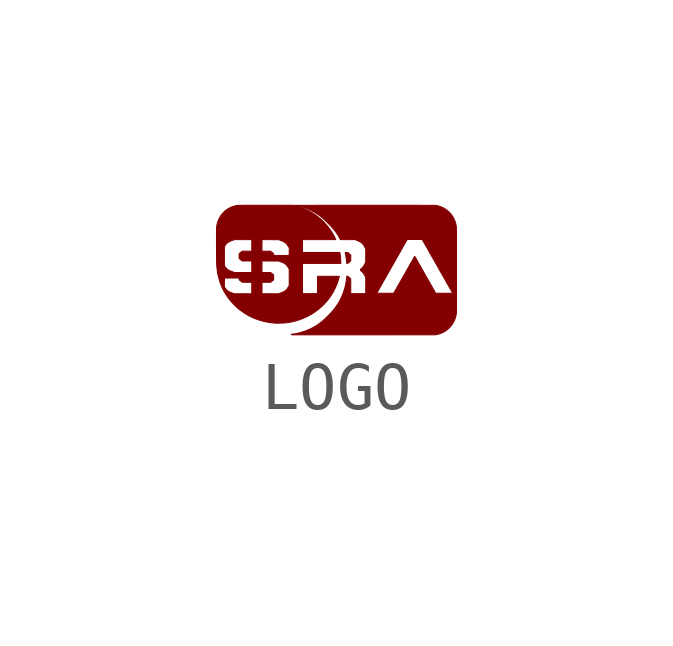
<source format=kicad_sym>
(kicad_symbol_lib
  (version 20210619)
  (generator bitmap2component)
  (symbol "LOGO"
    (pin_names
      (offset 1.016))
    (property "Reference" "#G"
      (at 0 1.166 0)
      (effects (font (size 1.27 1.27)) hide))
    (symbol "LOGO_0_0"
      (polyline (pts (xy -0.027 -1.356) (xy 0.15 -1.356) (xy 0.246 -1.356) (xy 0.348 -1.356) (xy 0.455 -1.356) (xy 0.569 -1.356) (xy 2.07 -1.355) (xy 2.099 -1.348) (xy 2.14 -1.338) (xy 2.19 -1.32) (xy 2.236 -1.298) (xy 2.28 -1.271) (xy 2.322 -1.239) (xy 2.33 -1.232) (xy 2.368 -1.195) (xy 2.401 -1.155) (xy 2.43 -1.112) (xy 2.439 -1.096) (xy 2.46 -1.054) (xy 2.477 -1.011) (xy 2.489 -0.967) (xy 2.498 -0.92) (xy 2.498 -0.919) (xy 2.498 -0.915) (xy 2.499 -0.91) (xy 2.499 -0.906) (xy 2.5 -0.9) (xy 2.5 -0.894) (xy 2.501 -0.886) (xy 2.501 -0.877) (xy 2.501 -0.867) (xy 2.502 -0.855) (xy 2.502 -0.84) (xy 2.502 -0.824) (xy 2.502 -0.805) (xy 2.502 -0.784) (xy 2.502 -0.76) (xy 2.503 -0.733) (xy 2.503 -0.702) (xy 2.503 -0.668) (xy 2.503 -0.63) (xy 2.503 -0.589) (xy 2.503 -0.543) (xy 2.503 -0.494) (xy 2.503 -0.38) (xy 2.503 -0.316) (xy 2.503 0.432) (xy 2.503 0.486) (xy 2.503 0.536) (xy 2.503 0.581) (xy 2.503 0.622) (xy 2.503 0.659) (xy 2.503 0.692) (xy 2.503 0.722) (xy 2.503 0.749) (xy 2.502 0.773) (xy 2.502 0.794) (xy 2.502 0.812) (xy 2.502 0.828) (xy 2.502 0.842) (xy 2.501 0.854) (xy 2.501 0.864) (xy 2.501 0.873) (xy 2.5 0.88) (xy 2.5 0.887) (xy 2.499 0.892) (xy 2.499 0.897) (xy 2.498 0.901) (xy 2.498 0.905) (xy 2.497 0.909) (xy 2.495 0.923) (xy 2.483 0.976) (xy 2.467 1.025) (xy 2.445 1.072) (xy 2.418 1.117) (xy 2.386 1.162) (xy 2.372 1.178) (xy 2.341 1.209) (xy 2.306 1.239) (xy 2.267 1.266) (xy 2.227 1.29) (xy 2.205 1.301) (xy 2.169 1.315) (xy 2.132 1.327) (xy 2.094 1.336) (xy 2.058 1.342) (xy 2.055 1.342) (xy 2.045 1.342) (xy 2.03 1.342) (xy 2.01 1.342) (xy 1.984 1.343) (xy 1.954 1.343) (xy 1.919 1.343) (xy 1.88 1.343) (xy 1.837 1.343) (xy 1.79 1.343) (xy 1.739 1.343) (xy 1.684 1.344) (xy 1.626 1.344) (xy 1.566 1.344) (xy 1.502 1.344) (xy 1.436 1.344) (xy 1.367 1.344) (xy 1.296 1.344) (xy 1.223 1.344) (xy 1.149 1.344) (xy 1.073 1.344) (xy 0.917 1.344) (xy 0.838 1.344) (xy 0.517 1.344) (xy 0.436 1.344) (xy 0.278 1.344) (xy 0.2 1.344) (xy 0.123 1.344) (xy 0.047 1.344) (xy -0.027 1.344) (xy -0.099 1.344) (xy -0.169 1.344) (xy -0.237 1.344) (xy -0.302 1.344) (xy -0.365 1.344) (xy -0.425 1.343) (xy -0.482 1.343) (xy -0.535 1.343) (xy -0.585 1.343) (xy -0.631 1.343) (xy -0.673 1.343) (xy -0.711 1.343) (xy -0.744 1.343) (xy -0.772 1.342) (xy -0.796 1.342) (xy -0.815 1.342) (xy -0.828 1.342) (xy -0.836 1.342) (xy -0.838 1.341) (xy -0.772 1.326) (xy -0.689 1.302) (xy -0.609 1.273) (xy -0.532 1.238) (xy -0.457 1.198) (xy -0.386 1.153) (xy -0.369 1.141) (xy -0.346 1.125) (xy -0.325 1.109) (xy -0.304 1.092) (xy -0.282 1.073) (xy -0.259 1.052) (xy -0.234 1.029) (xy -0.206 1.002) (xy -0.175 0.971) (xy -0.165 0.961) (xy -0.127 0.922) (xy -0.094 0.886) (xy -0.064 0.853) (xy -0.037 0.82) (xy -0.012 0.788) (xy 0.01 0.756) (xy 0.032 0.723) (xy 0.052 0.689) (xy 0.072 0.652) (xy 0.086 0.627) (xy 0.393 0.627) (xy 0.449 0.603) (xy 0.452 0.601) (xy 0.471 0.593) (xy 0.485 0.586) (xy 0.497 0.58) (xy 0.506 0.575) (xy 0.514 0.569) (xy 0.522 0.563) (xy 0.531 0.554) (xy 0.539 0.547) (xy 0.547 0.54) (xy 0.554 0.532) (xy 0.56 0.524) (xy 0.567 0.514) (xy 0.575 0.5) (xy 0.585 0.483) (xy 0.612 0.435) (xy 0.612 0.156) (xy 0.585 0.108) (xy 0.578 0.095) (xy 0.569 0.081) (xy 0.562 0.069) (xy 0.555 0.06) (xy 0.548 0.052) (xy 0.54 0.044) (xy 0.529 0.034) (xy 0.526 0.031) (xy 0.515 0.021) (xy 0.508 0.013) (xy 0.504 0.008) (xy 0.502 0.003) (xy 0.501 -0.001) (xy 0.501 -0.002) (xy 0.501 -0.005) (xy 0.503 -0.009) (xy 0.505 -0.014) (xy 0.51 -0.019) (xy 0.518 -0.026) (xy 0.529 -0.036) (xy 0.543 -0.05) (xy 0.545 -0.051) (xy 0.551 -0.057) (xy 0.557 -0.064) (xy 0.563 -0.072) (xy 0.57 -0.084) (xy 0.579 -0.099) (xy 0.58 -0.101) (xy 0.585 -0.111) (xy 0.599 -0.135) (xy 0.612 -0.158) (xy 0.612 -0.485) (xy 0.845 -0.485) (xy 0.845 -0.484) (xy 0.846 -0.481) (xy 0.851 -0.473) (xy 0.858 -0.461) (xy 0.866 -0.445) (xy 0.877 -0.426) (xy 0.889 -0.405) (xy 0.902 -0.381) (xy 0.917 -0.356) (xy 0.929 -0.333) (xy 0.943 -0.309) (xy 0.956 -0.286) (xy 0.968 -0.266) (xy 0.978 -0.248) (xy 0.986 -0.234) (xy 0.991 -0.225) (xy 0.994 -0.219) (xy 0.996 -0.216) (xy 1.002 -0.206) (xy 1.009 -0.193) (xy 1.017 -0.18) (xy 1.019 -0.176) (xy 1.027 -0.161) (xy 1.036 -0.146) (xy 1.043 -0.134) (xy 1.043 -0.133) (xy 1.046 -0.129) (xy 1.049 -0.123) (xy 1.052 -0.117) (xy 1.057 -0.109) (xy 1.062 -0.099) (xy 1.069 -0.087) (xy 1.077 -0.073) (xy 1.087 -0.056) (xy 1.098 -0.035) (xy 1.112 -0.012) (xy 1.128 0.016) (xy 1.146 0.048) (xy 1.167 0.085) (xy 1.19 0.126) (xy 1.196 0.137) (xy 1.208 0.158) (xy 1.22 0.178) (xy 1.23 0.196) (xy 1.238 0.211) (xy 1.245 0.223) (xy 1.249 0.23) (xy 1.253 0.238) (xy 1.261 0.252) (xy 1.268 0.264) (xy 1.268 0.265) (xy 1.272 0.271) (xy 1.278 0.281) (xy 1.286 0.295) (xy 1.296 0.313) (xy 1.308 0.334) (xy 1.321 0.356) (xy 1.335 0.381) (xy 1.349 0.406) (xy 1.364 0.432) (xy 1.378 0.458) (xy 1.393 0.483) (xy 1.406 0.507) (xy 1.418 0.528) (xy 1.429 0.548) (xy 1.438 0.564) (xy 1.446 0.577) (xy 1.45 0.585) (xy 1.452 0.587) (xy 1.46 0.602) (xy 1.466 0.613) (xy 1.47 0.62) (xy 1.474 0.624) (xy 1.476 0.627) (xy 1.476 0.627) (xy 1.479 0.627) (xy 1.484 0.628) (xy 1.493 0.629) (xy 1.505 0.629) (xy 1.522 0.63) (xy 1.542 0.63) (xy 1.568 0.63) (xy 1.598 0.63) (xy 1.788 0.63) (xy 1.849 0.523) (xy 1.871 0.484) (xy 1.894 0.445) (xy 1.914 0.41) (xy 1.931 0.38) (xy 1.945 0.354) (xy 1.957 0.332) (xy 1.967 0.315) (xy 1.975 0.301) (xy 1.98 0.291) (xy 1.981 0.29) (xy 1.986 0.28) (xy 1.991 0.273) (xy 1.993 0.269) (xy 1.994 0.267) (xy 1.998 0.261) (xy 2.004 0.25) (xy 2.013 0.235) (xy 2.023 0.216) (xy 2.035 0.195) (xy 2.049 0.172) (xy 2.063 0.146) (xy 2.079 0.118) (xy 2.087 0.103) (xy 2.103 0.075) (xy 2.118 0.049) (xy 2.132 0.024) (xy 2.145 0.001) (xy 2.156 -0.018) (xy 2.172 -0.046) (xy 2.176 -0.053) (xy 2.18 -0.06) (xy 2.186 -0.07) (xy 2.19 -0.076) (xy 2.191 -0.079) (xy 2.191 -0.08) (xy 2.194 -0.085) (xy 2.199 -0.094) (xy 2.206 -0.107) (xy 2.216 -0.123) (xy 2.226 -0.142) (xy 2.239 -0.164) (xy 2.252 -0.187) (xy 2.265 -0.211) (xy 2.296 -0.265) (xy 2.311 -0.291) (xy 2.324 -0.314) (xy 2.336 -0.335) (xy 2.345 -0.351) (xy 2.349 -0.359) (xy 2.359 -0.376) (xy 2.367 -0.39) (xy 2.374 -0.402) (xy 2.378 -0.409) (xy 2.38 -0.413) (xy 2.381 -0.413) (xy 2.384 -0.418) (xy 2.388 -0.426) (xy 2.394 -0.437) (xy 2.401 -0.449) (xy 2.408 -0.463) (xy 2.414 -0.474) (xy 2.423 -0.489) (xy 2.07 -0.489) (xy 2.058 -0.469) (xy 2.052 -0.457) (xy 2.045 -0.445) (xy 2.039 -0.435) (xy 2.039 -0.434) (xy 2.035 -0.427) (xy 2.029 -0.416) (xy 2.02 -0.401) (xy 2.009 -0.383) (xy 1.997 -0.361) (xy 1.984 -0.337) (xy 1.969 -0.312) (xy 1.954 -0.285) (xy 1.944 -0.268) (xy 1.927 -0.237) (xy 1.907 -0.202) (xy 1.885 -0.164) (xy 1.863 -0.125) (xy 1.841 -0.086) (xy 1.819 -0.047) (xy 1.798 -0.009) (xy 1.778 0.025) (xy 1.773 0.034) (xy 1.756 0.065) (xy 1.739 0.095) (xy 1.722 0.123) (xy 1.707 0.15) (xy 1.693 0.174) (xy 1.681 0.196) (xy 1.671 0.213) (xy 1.664 0.227) (xy 1.659 0.236) (xy 1.657 0.24) (xy 1.649 0.253) (xy 1.642 0.264) (xy 1.637 0.272) (xy 1.635 0.276) (xy 1.634 0.277) (xy 1.631 0.276) (xy 1.627 0.272) (xy 1.621 0.264) (xy 1.62 0.26) (xy 1.614 0.251) (xy 1.609 0.242) (xy 1.604 0.233) (xy 1.599 0.224) (xy 1.593 0.212) (xy 1.585 0.198) (xy 1.575 0.181) (xy 1.562 0.159) (xy 1.553 0.143) (xy 1.539 0.118) (xy 1.522 0.088) (xy 1.503 0.055) (xy 1.482 0.018) (xy 1.46 -0.022) (xy 1.436 -0.065) (xy 1.41 -0.109) (xy 1.384 -0.155) (xy 1.358 -0.202) (xy 1.331 -0.249) (xy 1.304 -0.297) (xy 1.277 -0.344) (xy 1.194 -0.489) (xy 0.943 -0.489) (xy 0.918 -0.489) (xy 0.897 -0.489) (xy 0.881 -0.489) (xy 0.868 -0.488) (xy 0.859 -0.488) (xy 0.852 -0.488) (xy 0.848 -0.487) (xy 0.846 -0.486) (xy 0.845 -0.485) (xy 0.612 -0.485) (xy 0.612 -0.498) (xy 0.3 -0.498) (xy 0.3 -0.189) (xy 0.27 -0.162) (xy 0.263 -0.156) (xy 0.252 -0.147) (xy 0.244 -0.141) (xy 0.238 -0.137) (xy 0.233 -0.136) (xy 0.228 -0.135) (xy 0.217 -0.135) (xy 0.215 -0.152) (xy 0.213 -0.171) (xy 0.208 -0.209) (xy 0.204 -0.243) (xy 0.199 -0.274) (xy 0.194 -0.302) (xy 0.188 -0.33) (xy 0.181 -0.358) (xy 0.173 -0.387) (xy 0.167 -0.409) (xy 0.141 -0.489) (xy 0.109 -0.566) (xy 0.072 -0.641) (xy 0.03 -0.713) (xy -0.018 -0.783) (xy -0.071 -0.851) (xy -0.075 -0.856) (xy -0.088 -0.87) (xy -0.104 -0.887) (xy -0.123 -0.907) (xy -0.143 -0.928) (xy -0.165 -0.95) (xy -0.186 -0.972) (xy -0.208 -0.994) (xy -0.228 -1.013) (xy -0.246 -1.03) (xy -0.261 -1.044) (xy -0.274 -1.056) (xy -0.321 -1.094) (xy -0.372 -1.132) (xy -0.424 -1.167) (xy -0.476 -1.198) (xy -0.507 -1.215) (xy -0.564 -1.242) (xy -0.623 -1.267) (xy -0.685 -1.289) (xy -0.747 -1.308) (xy -0.808 -1.324) (xy -0.868 -1.336) (xy -0.925 -1.343) (xy -0.927 -1.344) (xy -0.936 -1.345) (xy -0.94 -1.346) (xy -0.94 -1.348) (xy -0.938 -1.351) (xy -0.938 -1.351) (xy -0.937 -1.351) (xy -0.936 -1.352) (xy -0.935 -1.352) (xy -0.934 -1.353) (xy -0.931 -1.353) (xy -0.928 -1.353) (xy -0.924 -1.354) (xy -0.918 -1.354) (xy -0.911 -1.354) (xy -0.903 -1.355) (xy -0.893 -1.355) (xy -0.881 -1.355) (xy -0.867 -1.355) (xy -0.852 -1.355) (xy -0.833 -1.355) (xy -0.813 -1.356) (xy -0.79 -1.356) (xy -0.764 -1.356) (xy -0.735 -1.356) (xy -0.703 -1.356) (xy -0.668 -1.356) (xy -0.63 -1.356) (xy -0.588 -1.356) (xy -0.542 -1.356) (xy -0.493 -1.356) (xy -0.107 -1.356) (xy -0.027 -1.356)) (stroke (width 0.01)) (fill (type outline)))
      (polyline (pts (xy -1.208 -1.112) (xy -1.185 -1.112) (xy -1.16 -1.111) (xy -1.136 -1.111) (xy -1.113 -1.11) (xy -1.091 -1.109) (xy -1.074 -1.107) (xy -1.06 -1.106) (xy -1.032 -1.103) (xy -0.943 -1.089) (xy -0.857 -1.069) (xy -0.772 -1.043) (xy -0.69 -1.012) (xy -0.609 -0.975) (xy -0.596 -0.969) (xy -0.519 -0.926) (xy -0.446 -0.879) (xy -0.377 -0.828) (xy -0.311 -0.772) (xy -0.25 -0.712) (xy -0.192 -0.647) (xy -0.162 -0.61) (xy -0.115 -0.544) (xy -0.071 -0.474) (xy -0.033 -0.402) (xy 0.001 -0.327) (xy 0.03 -0.252) (xy 0.052 -0.176) (xy 0.055 -0.167) (xy 0.058 -0.155) (xy 0.06 -0.145) (xy 0.062 -0.14) (xy 0.062 -0.14) (xy 0.062 -0.139) (xy 0.061 -0.138) (xy 0.059 -0.138) (xy 0.054 -0.137) (xy 0.049 -0.137) (xy 0.04 -0.136) (xy 0.029 -0.136) (xy 0.014 -0.136) (xy -0.004 -0.136) (xy -0.027 -0.136) (xy -0.053 -0.136) (xy -0.085 -0.136) (xy -0.122 -0.136) (xy -0.164 -0.136) (xy -0.392 -0.137) (xy -0.393 -0.318) (xy -0.393 -0.498) (xy -0.705 -0.498) (xy -0.705 0.132) (xy 0.093 0.132) (xy 0.093 0.16) (xy 0.093 0.169) (xy 0.092 0.193) (xy 0.09 0.22) (xy 0.087 0.25) (xy 0.084 0.279) (xy 0.081 0.307) (xy 0.077 0.333) (xy 0.073 0.353) (xy 0.072 0.36) (xy -0.705 0.36) (xy -0.705 0.627) (xy -0.292 0.627) (xy -0.25 0.627) (xy -0.21 0.627) (xy -0.172 0.628) (xy -0.138 0.628) (xy -0.107 0.628) (xy -0.079 0.628) (xy -0.056 0.628) (xy -0.037 0.628) (xy -0.024 0.629) (xy -0.015 0.629) (xy -0.012 0.629) (xy -0.013 0.632) (xy -0.017 0.64) (xy -0.022 0.651) (xy -0.029 0.665) (xy -0.037 0.681) (xy -0.045 0.697) (xy -0.054 0.713) (xy -0.062 0.728) (xy -0.069 0.741) (xy -0.074 0.75) (xy -0.098 0.789) (xy -0.147 0.86) (xy -0.2 0.926) (xy -0.257 0.99) (xy -0.319 1.049) (xy -0.385 1.104) (xy -0.453 1.155) (xy -0.525 1.201) (xy -0.6 1.241) (xy -0.602 1.242) (xy -0.638 1.26) (xy -0.672 1.275) (xy -0.705 1.289) (xy -0.74 1.302) (xy -0.777 1.315) (xy -0.818 1.329) (xy -0.863 1.343) (xy -1.441 1.344) (xy -1.464 1.344) (xy -1.537 1.344) (xy -1.73 1.344) (xy -1.785 1.344) (xy -1.836 1.344) (xy -1.881 1.344) (xy -1.921 1.344) (xy -1.956 1.343) (xy -1.986 1.343) (xy -2.01 1.343) (xy -2.029 1.343) (xy -2.042 1.342) (xy -2.049 1.342) (xy -2.062 1.34) (xy -2.109 1.331) (xy -2.157 1.317) (xy -2.203 1.299) (xy -2.247 1.276) (xy -2.287 1.25) (xy -2.324 1.22) (xy -2.363 1.181) (xy -2.398 1.139) (xy -2.428 1.094) (xy -2.452 1.046) (xy -2.472 0.995) (xy -2.486 0.943) (xy -2.494 0.888) (xy -2.494 0.887) (xy -2.495 0.879) (xy -2.496 0.866) (xy -2.496 0.85) (xy -2.496 0.83) (xy -2.497 0.805) (xy -2.497 0.775) (xy -2.497 0.741) (xy -2.497 0.702) (xy -2.497 0.627) (xy -1.549 0.627) (xy -1.374 0.627) (xy -1.199 0.626) (xy -1.166 0.613) (xy -1.155 0.608) (xy -1.139 0.602) (xy -1.123 0.596) (xy -1.111 0.591) (xy -1.109 0.59) (xy -1.098 0.584) (xy -1.084 0.576) (xy -1.07 0.566) (xy -1.056 0.556) (xy -1.044 0.546) (xy -1.034 0.537) (xy -1.029 0.53) (xy -1.029 0.53) (xy -1.026 0.524) (xy -1.02 0.515) (xy -1.012 0.503) (xy -1.004 0.49) (xy -0.981 0.457) (xy -0.982 0.378) (xy -0.983 0.299) (xy -1.142 0.298) (xy -1.156 0.298) (xy -1.186 0.298) (xy -1.214 0.298) (xy -1.238 0.298) (xy -1.26 0.298) (xy -1.278 0.298) (xy -1.292 0.298) (xy -1.3 0.299) (xy -1.304 0.299) (xy -1.304 0.301) (xy -1.305 0.309) (xy -1.306 0.318) (xy -1.306 0.321) (xy -1.306 0.327) (xy -1.307 0.333) (xy -1.31 0.338) (xy -1.314 0.343) (xy -1.322 0.35) (xy -1.333 0.358) (xy -1.348 0.37) (xy -1.371 0.387) (xy -1.549 0.387) (xy -1.549 0.627) (xy -2.497 0.627) (xy -2.497 0.609) (xy -2.497 0.553) (xy -2.497 0.492) (xy -2.497 0.481) (xy -2.332 0.481) (xy -2.321 0.498) (xy -2.319 0.501) (xy -2.309 0.517) (xy -2.3 0.529) (xy -2.292 0.539) (xy -2.284 0.547) (xy -2.275 0.555) (xy -2.264 0.564) (xy -2.258 0.568) (xy -2.249 0.575) (xy -2.24 0.58) (xy -2.229 0.586) (xy -2.217 0.591) (xy -2.201 0.598) (xy -2.181 0.606) (xy -2.124 0.627) (xy -1.762 0.627) (xy -1.762 0.387) (xy -1.959 0.387) (xy -1.987 0.366) (xy -1.998 0.358) (xy -2.009 0.349) (xy -2.017 0.342) (xy -2.022 0.336) (xy -2.025 0.328) (xy -2.026 0.318) (xy -2.026 0.305) (xy -2.026 0.278) (xy -2.026 0.263) (xy -2.026 0.25) (xy -2.025 0.24) (xy -2.024 0.236) (xy -2.024 0.235) (xy -2.021 0.232) (xy -2.013 0.225) (xy -2.003 0.216) (xy -1.991 0.207) (xy -1.96 0.183) (xy -1.549 0.183) (xy -1.374 0.182) (xy -1.199 0.182) (xy -1.18 0.174) (xy -1.169 0.169) (xy -1.153 0.163) (xy -1.139 0.158) (xy -1.138 0.157) (xy -1.12 0.15) (xy -1.105 0.144) (xy -1.094 0.139) (xy -1.084 0.133) (xy -1.074 0.126) (xy -1.063 0.118) (xy -1.055 0.111) (xy -1.048 0.105) (xy -1.042 0.1) (xy -1.036 0.095) (xy -1.031 0.088) (xy -1.024 0.078) (xy -1.016 0.066) (xy -1.005 0.05) (xy -0.982 0.013) (xy -0.982 -0.159) (xy -0.982 -0.33) (xy -1.01 -0.373) (xy -1.01 -0.374) (xy -1.021 -0.39) (xy -1.03 -0.403) (xy -1.037 -0.412) (xy -1.044 -0.42) (xy -1.052 -0.427) (xy -1.062 -0.435) (xy -1.069 -0.44) (xy -1.079 -0.447) (xy -1.089 -0.454) (xy -1.1 -0.459) (xy -1.114 -0.465) (xy -1.13 -0.472) (xy -1.151 -0.48) (xy -1.163 -0.485) (xy -1.176 -0.49) (xy -1.187 -0.494) (xy -1.194 -0.497) (xy -1.196 -0.498) (xy -1.2 -0.498) (xy -1.206 -0.499) (xy -1.214 -0.5) (xy -1.225 -0.5) (xy -1.24 -0.501) (xy -1.258 -0.501) (xy -1.28 -0.501) (xy -1.307 -0.501) (xy -1.339 -0.501) (xy -1.549 -0.501) (xy -1.549 -0.261) (xy -1.371 -0.261) (xy -1.338 -0.236) (xy -1.306 -0.212) (xy -1.306 -0.105) (xy -1.315 -0.099) (xy -1.318 -0.097) (xy -1.326 -0.091) (xy -1.336 -0.083) (xy -1.347 -0.074) (xy -1.37 -0.057) (xy -1.549 -0.057) (xy -1.549 0.183) (xy -1.96 0.183) (xy -1.96 0.183) (xy -1.762 0.183) (xy -1.762 -0.057) (xy -1.944 -0.057) (xy -2.127 -0.057) (xy -2.161 -0.043) (xy -2.174 -0.038) (xy -2.189 -0.032) (xy -2.202 -0.028) (xy -2.211 -0.024) (xy -2.238 -0.012) (xy -2.265 0.006) (xy -2.29 0.029) (xy -2.312 0.058) (xy -2.332 0.088) (xy -2.332 0.481) (xy -2.497 0.481) (xy -2.497 0.477) (xy -2.496 0.423) (xy -2.496 0.374) (xy -2.496 0.33) (xy -2.496 0.29) (xy -2.495 0.255) (xy -2.495 0.224) (xy -2.495 0.197) (xy -2.494 0.172) (xy -2.494 0.15) (xy -2.493 0.13) (xy -2.493 0.112) (xy -2.492 0.096) (xy -2.491 0.081) (xy -2.49 0.066) (xy -2.488 0.051) (xy -2.487 0.036) (xy -2.485 0.021) (xy -2.483 0.005) (xy -2.481 -0.013) (xy -2.48 -0.023) (xy -2.477 -0.044) (xy -2.473 -0.066) (xy -2.47 -0.087) (xy -2.466 -0.105) (xy -2.463 -0.119) (xy -2.46 -0.129) (xy -2.458 -0.133) (xy -2.456 -0.143) (xy -2.453 -0.156) (xy -2.449 -0.17) (xy -2.441 -0.203) (xy -2.428 -0.247) (xy -2.412 -0.292) (xy -2.393 -0.339) (xy -2.386 -0.354) (xy -2.332 -0.354) (xy -2.331 -0.173) (xy -2.178 -0.172) (xy -2.026 -0.171) (xy -2.026 -0.189) (xy -2.026 -0.196) (xy -2.024 -0.205) (xy -2.022 -0.211) (xy -2.022 -0.211) (xy -2.018 -0.215) (xy -2.011 -0.221) (xy -2.001 -0.229) (xy -1.989 -0.238) (xy -1.959 -0.261) (xy -1.762 -0.261) (xy -1.762 -0.501) (xy -1.944 -0.501) (xy -2.127 -0.501) (xy -2.164 -0.486) (xy -2.165 -0.486) (xy -2.181 -0.479) (xy -2.196 -0.474) (xy -2.209 -0.469) (xy -2.218 -0.465) (xy -2.223 -0.463) (xy -2.231 -0.46) (xy -2.239 -0.456) (xy -2.248 -0.45) (xy -2.259 -0.442) (xy -2.274 -0.431) (xy -2.281 -0.424) (xy -2.291 -0.415) (xy -2.301 -0.402) (xy -2.312 -0.386) (xy -2.332 -0.354) (xy -2.386 -0.354) (xy -2.372 -0.387) (xy -2.349 -0.433) (xy -2.324 -0.477) (xy -2.316 -0.491) (xy -2.283 -0.542) (xy -2.249 -0.591) (xy -2.212 -0.638) (xy -2.172 -0.684) (xy -2.127 -0.731) (xy -2.114 -0.744) (xy -2.095 -0.762) (xy -2.075 -0.78) (xy -2.057 -0.797) (xy -2.04 -0.812) (xy -2.026 -0.824) (xy -2.017 -0.831) (xy -1.992 -0.849) (xy -1.964 -0.869) (xy -1.935 -0.89) (xy -1.905 -0.909) (xy -1.877 -0.927) (xy -1.852 -0.942) (xy -1.823 -0.958) (xy -1.746 -0.996) (xy -1.667 -1.028) (xy -1.585 -1.056) (xy -1.502 -1.078) (xy -1.418 -1.095) (xy -1.334 -1.106) (xy -1.325 -1.107) (xy -1.308 -1.108) (xy -1.293 -1.11) (xy -1.281 -1.111) (xy -1.274 -1.112) (xy -1.274 -1.112) (xy -1.264 -1.112) (xy -1.249 -1.113) (xy -1.23 -1.113) (xy -1.208 -1.112)) (stroke (width 0.01)) (fill (type outline)))
      (polyline (pts (xy 0.23 0.132) (xy 0.235 0.133) (xy 0.241 0.136) (xy 0.247 0.14) (xy 0.257 0.148) (xy 0.27 0.159) (xy 0.3 0.186) (xy 0.3 0.306) (xy 0.269 0.333) (xy 0.239 0.36) (xy 0.2 0.36) (xy 0.191 0.36) (xy 0.186 0.359) (xy 0.184 0.357) (xy 0.184 0.355) (xy 0.187 0.347) (xy 0.19 0.334) (xy 0.193 0.317) (xy 0.197 0.296) (xy 0.2 0.274) (xy 0.204 0.249) (xy 0.207 0.225) (xy 0.21 0.2) (xy 0.213 0.177) (xy 0.215 0.157) (xy 0.217 0.132) (xy 0.228 0.132) (xy 0.23 0.132)) (stroke (width 0.01)) (fill (type outline))))))
</source>
